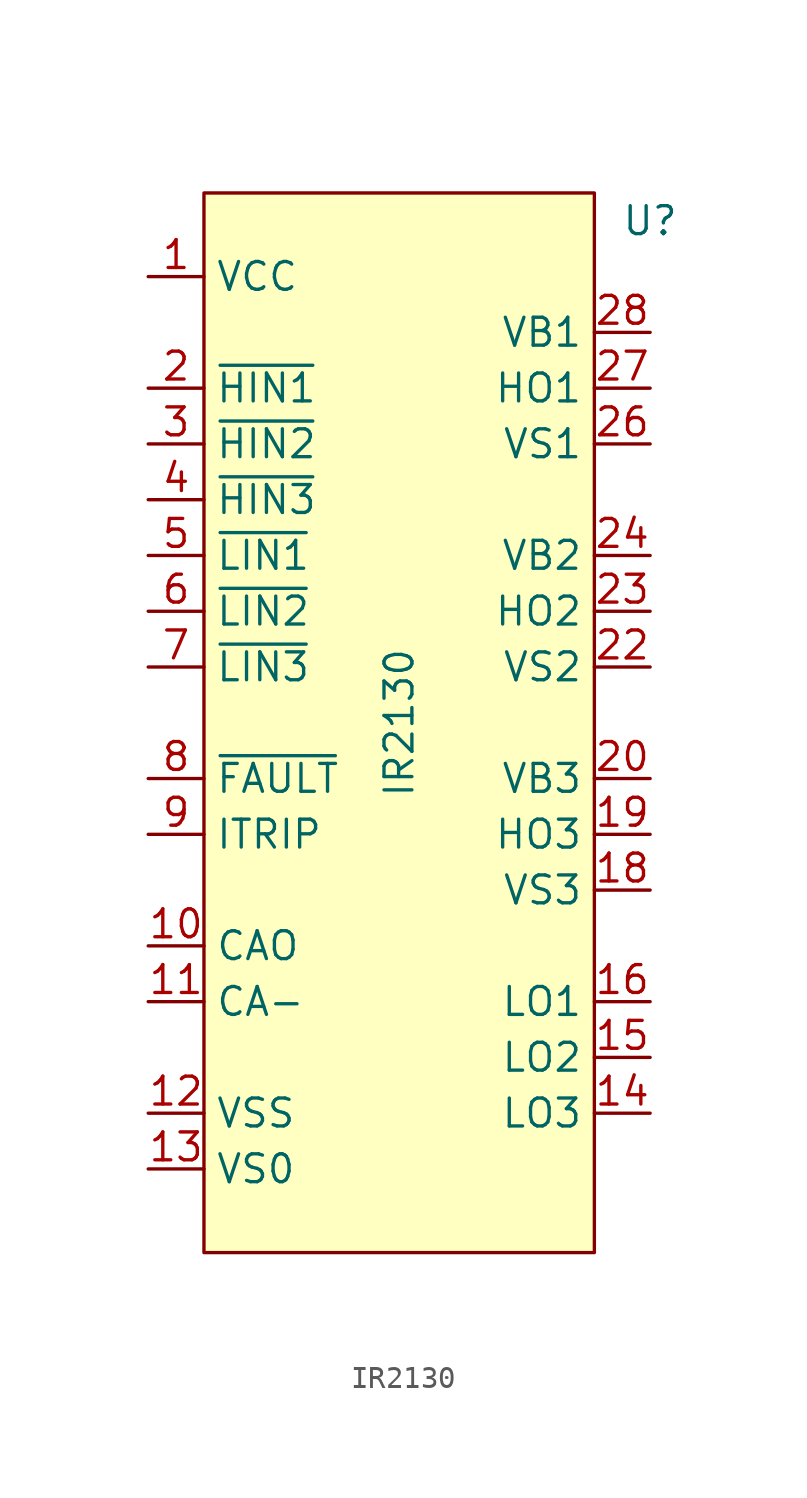
<source format=kicad_sym>
(kicad_symbol_lib
  (version 20211014)
  (generator kicad_symbol_editor)
  (symbol "IR2130"
    (property "Reference" "U"
      (at 11.43 22.86 0)
      (effects (font (size 1.27 1.27))))
    (property "Value" "IR2130"
      (at 0 0 90)
      (effects (font (size 1.27 1.27))))
    (symbol "IR2130_0_0"
      (pin power_in line (at -11.43 -20.32 0) (length 2.54) (name "VS0" (effects (font (size 1.27 1.27)))) (number "13" (effects (font (size 1.27 1.27))))))
    (symbol "IR2130_0_1"
      (rectangle (start -8.89 -24.13) (end 8.89 24.13) (stroke (width 0) (type default) (color 0 0 0 0)) (fill (type background))))
    (symbol "IR2130_1_1"
      (pin power_in line (at -11.43 20.32 0) (length 2.54) (name "VCC" (effects (font (size 1.27 1.27)))) (number "1" (effects (font (size 1.27 1.27)))))
      (pin output line (at -11.43 -10.16 0) (length 2.54) (name "CAO" (effects (font (size 1.27 1.27)))) (number "10" (effects (font (size 1.27 1.27)))))
      (pin input line (at -11.43 -12.7 0) (length 2.54) (name "CA-" (effects (font (size 1.27 1.27)))) (number "11" (effects (font (size 1.27 1.27)))))
      (pin power_in line (at -11.43 -17.78 0) (length 2.54) (name "VSS" (effects (font (size 1.27 1.27)))) (number "12" (effects (font (size 1.27 1.27)))))
      (pin output line (at 11.43 -17.78 180) (length 2.54) (name "LO3" (effects (font (size 1.27 1.27)))) (number "14" (effects (font (size 1.27 1.27)))))
      (pin output line (at 11.43 -15.24 180) (length 2.54) (name "LO2" (effects (font (size 1.27 1.27)))) (number "15" (effects (font (size 1.27 1.27)))))
      (pin output line (at 11.43 -12.7 180) (length 2.54) (name "LO1" (effects (font (size 1.27 1.27)))) (number "16" (effects (font (size 1.27 1.27)))))
      (pin passive line (at 11.43 -7.62 180) (length 2.54) (name "VS3" (effects (font (size 1.27 1.27)))) (number "18" (effects (font (size 1.27 1.27)))))
      (pin output line (at 11.43 -5.08 180) (length 2.54) (name "HO3" (effects (font (size 1.27 1.27)))) (number "19" (effects (font (size 1.27 1.27)))))
      (pin input line (at -11.43 15.24 0) (length 2.54) (name "~{HIN1}" (effects (font (size 1.27 1.27)))) (number "2" (effects (font (size 1.27 1.27)))))
      (pin passive line (at 11.43 -2.54 180) (length 2.54) (name "VB3" (effects (font (size 1.27 1.27)))) (number "20" (effects (font (size 1.27 1.27)))))
      (pin passive line (at 11.43 2.54 180) (length 2.54) (name "VS2" (effects (font (size 1.27 1.27)))) (number "22" (effects (font (size 1.27 1.27)))))
      (pin output line (at 11.43 5.08 180) (length 2.54) (name "HO2" (effects (font (size 1.27 1.27)))) (number "23" (effects (font (size 1.27 1.27)))))
      (pin passive line (at 11.43 7.62 180) (length 2.54) (name "VB2" (effects (font (size 1.27 1.27)))) (number "24" (effects (font (size 1.27 1.27)))))
      (pin passive line (at 11.43 12.7 180) (length 2.54) (name "VS1" (effects (font (size 1.27 1.27)))) (number "26" (effects (font (size 1.27 1.27)))))
      (pin output line (at 11.43 15.24 180) (length 2.54) (name "HO1" (effects (font (size 1.27 1.27)))) (number "27" (effects (font (size 1.27 1.27)))))
      (pin passive line (at 11.43 17.78 180) (length 2.54) (name "VB1" (effects (font (size 1.27 1.27)))) (number "28" (effects (font (size 1.27 1.27)))))
      (pin input line (at -11.43 12.7 0) (length 2.54) (name "~{HIN2}" (effects (font (size 1.27 1.27)))) (number "3" (effects (font (size 1.27 1.27)))))
      (pin input line (at -11.43 10.16 0) (length 2.54) (name "~{HIN3}" (effects (font (size 1.27 1.27)))) (number "4" (effects (font (size 1.27 1.27)))))
      (pin input line (at -11.43 7.62 0) (length 2.54) (name "~{LIN1}" (effects (font (size 1.27 1.27)))) (number "5" (effects (font (size 1.27 1.27)))))
      (pin input line (at -11.43 5.08 0) (length 2.54) (name "~{LIN2}" (effects (font (size 1.27 1.27)))) (number "6" (effects (font (size 1.27 1.27)))))
      (pin input line (at -11.43 2.54 0) (length 2.54) (name "~{LIN3}" (effects (font (size 1.27 1.27)))) (number "7" (effects (font (size 1.27 1.27)))))
      (pin open_collector line (at -11.43 -2.54 0) (length 2.54) (name "~{FAULT}" (effects (font (size 1.27 1.27)))) (number "8" (effects (font (size 1.27 1.27)))))
      (pin input line (at -11.43 -5.08 0) (length 2.54) (name "ITRIP" (effects (font (size 1.27 1.27)))) (number "9" (effects (font (size 1.27 1.27))))))))
</source>
